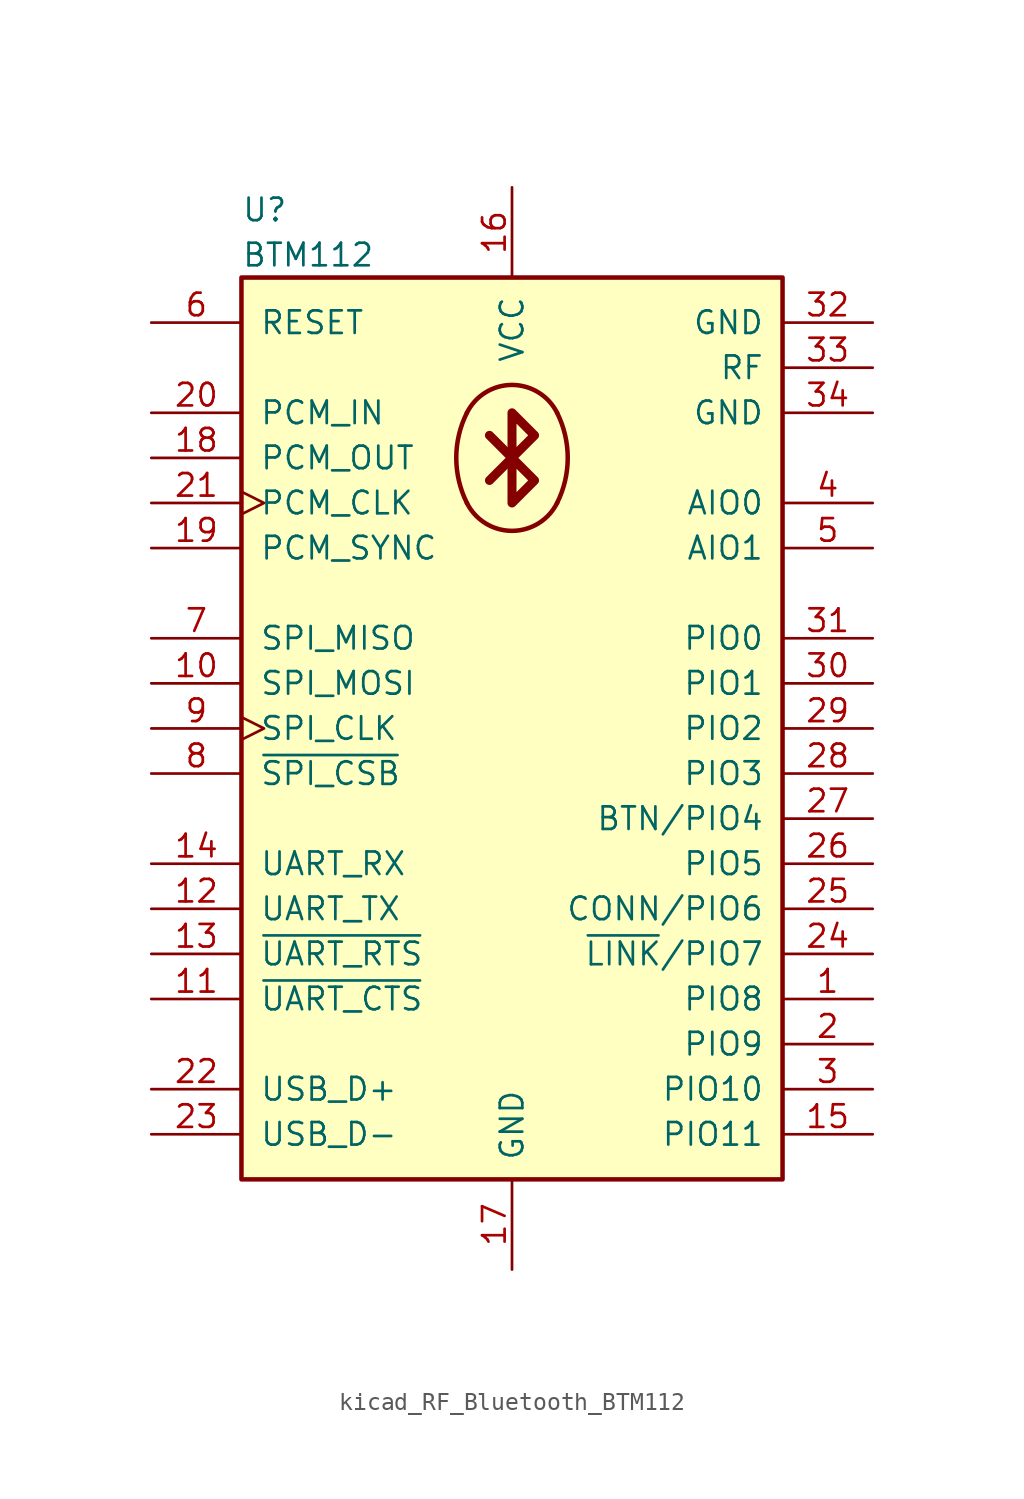
<source format=kicad_sym>
(kicad_symbol_lib
  (version 20220914)
  (generator kicad_symbol_editor)
  (symbol "kicad_RF_Bluetooth_BTM112"
    (pin_names
      (offset 1.016))
    (property "Reference" "U"
      (at -15.24 29.21 0)
      (effects (font (size 1.27 1.27)) (justify left)))
    (property "Value" "BTM112"
      (at -15.24 26.67 0)
      (effects (font (size 1.27 1.27)) (justify left)))
    (symbol "kicad_RF_Bluetooth_BTM112_0_1"
      (rectangle (start -15.24 25.4) (end 15.24 -25.4) (stroke (width 0.254) (type default)) (fill (type background)))
      (arc (start -2.54 12.7) (mid 0 11.1302) (end 2.54 12.7) (stroke (width 0.254) (type default)) (fill (type background)))
      (arc (start -2.54 17.78) (mid -3.1396 15.24) (end -2.54 12.7) (stroke (width 0.254) (type default)) (fill (type background)))
      (polyline (pts (xy 0 15.24) (xy -1.27 13.97)) (stroke (width 0.508) (type default)) (fill (type none)))
      (polyline (pts (xy 0 15.24) (xy -1.27 16.51)) (stroke (width 0.508) (type default)) (fill (type none)))
      (polyline (pts (xy 0 17.78) (xy 1.27 16.51) (xy 0 15.24) (xy 1.27 13.97) (xy 0 12.7) (xy 0 17.78)) (stroke (width 0.508) (type default)) (fill (type none)))
      (arc (start 2.54 12.7) (mid 3.1396 15.24) (end 2.54 17.78) (stroke (width 0.254) (type default)) (fill (type background)))
      (arc (start 2.54 17.78) (mid 0 19.3498) (end -2.54 17.78) (stroke (width 0.254) (type default)) (fill (type background))))
    (symbol "kicad_RF_Bluetooth_BTM112_1_1"
      (pin bidirectional line (at 20.32 -15.24 180) (length 5.08) (name "PIO8" (effects (font (size 1.27 1.27)))) (number "1" (effects (font (size 1.27 1.27)))))
      (pin input line (at -20.32 2.54 0) (length 5.08) (name "SPI_MOSI" (effects (font (size 1.27 1.27)))) (number "10" (effects (font (size 1.27 1.27)))))
      (pin input line (at -20.32 -15.24 0) (length 5.08) (name "~{UART_CTS}" (effects (font (size 1.27 1.27)))) (number "11" (effects (font (size 1.27 1.27)))))
      (pin output line (at -20.32 -10.16 0) (length 5.08) (name "UART_TX" (effects (font (size 1.27 1.27)))) (number "12" (effects (font (size 1.27 1.27)))))
      (pin output line (at -20.32 -12.7 0) (length 5.08) (name "~{UART_RTS}" (effects (font (size 1.27 1.27)))) (number "13" (effects (font (size 1.27 1.27)))))
      (pin input line (at -20.32 -7.62 0) (length 5.08) (name "UART_RX" (effects (font (size 1.27 1.27)))) (number "14" (effects (font (size 1.27 1.27)))))
      (pin bidirectional line (at 20.32 -22.86 180) (length 5.08) (name "PIO11" (effects (font (size 1.27 1.27)))) (number "15" (effects (font (size 1.27 1.27)))))
      (pin power_in line (at 0 30.48 270) (length 5.08) (name "VCC" (effects (font (size 1.27 1.27)))) (number "16" (effects (font (size 1.27 1.27)))))
      (pin power_in line (at 0 -30.48 90) (length 5.08) (name "GND" (effects (font (size 1.27 1.27)))) (number "17" (effects (font (size 1.27 1.27)))))
      (pin output line (at -20.32 15.24 0) (length 5.08) (name "PCM_OUT" (effects (font (size 1.27 1.27)))) (number "18" (effects (font (size 1.27 1.27)))))
      (pin bidirectional line (at -20.32 10.16 0) (length 5.08) (name "PCM_SYNC" (effects (font (size 1.27 1.27)))) (number "19" (effects (font (size 1.27 1.27)))))
      (pin bidirectional line (at 20.32 -17.78 180) (length 5.08) (name "PIO9" (effects (font (size 1.27 1.27)))) (number "2" (effects (font (size 1.27 1.27)))))
      (pin input line (at -20.32 17.78 0) (length 5.08) (name "PCM_IN" (effects (font (size 1.27 1.27)))) (number "20" (effects (font (size 1.27 1.27)))))
      (pin bidirectional clock (at -20.32 12.7 0) (length 5.08) (name "PCM_CLK" (effects (font (size 1.27 1.27)))) (number "21" (effects (font (size 1.27 1.27)))))
      (pin bidirectional line (at -20.32 -20.32 0) (length 5.08) (name "USB_D+" (effects (font (size 1.27 1.27)))) (number "22" (effects (font (size 1.27 1.27)))))
      (pin bidirectional line (at -20.32 -22.86 0) (length 5.08) (name "USB_D-" (effects (font (size 1.27 1.27)))) (number "23" (effects (font (size 1.27 1.27)))))
      (pin bidirectional line (at 20.32 -12.7 180) (length 5.08) (name "~{LINK}/PIO7" (effects (font (size 1.27 1.27)))) (number "24" (effects (font (size 1.27 1.27)))))
      (pin bidirectional line (at 20.32 -10.16 180) (length 5.08) (name "CONN/PIO6" (effects (font (size 1.27 1.27)))) (number "25" (effects (font (size 1.27 1.27)))))
      (pin bidirectional line (at 20.32 -7.62 180) (length 5.08) (name "PIO5" (effects (font (size 1.27 1.27)))) (number "26" (effects (font (size 1.27 1.27)))))
      (pin bidirectional line (at 20.32 -5.08 180) (length 5.08) (name "BTN/PIO4" (effects (font (size 1.27 1.27)))) (number "27" (effects (font (size 1.27 1.27)))))
      (pin bidirectional line (at 20.32 -2.54 180) (length 5.08) (name "PIO3" (effects (font (size 1.27 1.27)))) (number "28" (effects (font (size 1.27 1.27)))))
      (pin bidirectional line (at 20.32 0 180) (length 5.08) (name "PIO2" (effects (font (size 1.27 1.27)))) (number "29" (effects (font (size 1.27 1.27)))))
      (pin bidirectional line (at 20.32 -20.32 180) (length 5.08) (name "PIO10" (effects (font (size 1.27 1.27)))) (number "3" (effects (font (size 1.27 1.27)))))
      (pin bidirectional line (at 20.32 2.54 180) (length 5.08) (name "PIO1" (effects (font (size 1.27 1.27)))) (number "30" (effects (font (size 1.27 1.27)))))
      (pin bidirectional line (at 20.32 5.08 180) (length 5.08) (name "PIO0" (effects (font (size 1.27 1.27)))) (number "31" (effects (font (size 1.27 1.27)))))
      (pin power_in line (at 20.32 22.86 180) (length 5.08) (name "GND" (effects (font (size 1.27 1.27)))) (number "32" (effects (font (size 1.27 1.27)))))
      (pin passive line (at 20.32 20.32 180) (length 5.08) (name "RF" (effects (font (size 1.27 1.27)))) (number "33" (effects (font (size 1.27 1.27)))))
      (pin power_in line (at 20.32 17.78 180) (length 5.08) (name "GND" (effects (font (size 1.27 1.27)))) (number "34" (effects (font (size 1.27 1.27)))))
      (pin passive line (at 20.32 12.7 180) (length 5.08) (name "AIO0" (effects (font (size 1.27 1.27)))) (number "4" (effects (font (size 1.27 1.27)))))
      (pin passive line (at 20.32 10.16 180) (length 5.08) (name "AIO1" (effects (font (size 1.27 1.27)))) (number "5" (effects (font (size 1.27 1.27)))))
      (pin input line (at -20.32 22.86 0) (length 5.08) (name "RESET" (effects (font (size 1.27 1.27)))) (number "6" (effects (font (size 1.27 1.27)))))
      (pin output line (at -20.32 5.08 0) (length 5.08) (name "SPI_MISO" (effects (font (size 1.27 1.27)))) (number "7" (effects (font (size 1.27 1.27)))))
      (pin input line (at -20.32 -2.54 0) (length 5.08) (name "~{SPI_CSB}" (effects (font (size 1.27 1.27)))) (number "8" (effects (font (size 1.27 1.27)))))
      (pin input clock (at -20.32 0 0) (length 5.08) (name "SPI_CLK" (effects (font (size 1.27 1.27)))) (number "9" (effects (font (size 1.27 1.27))))))))
</source>
